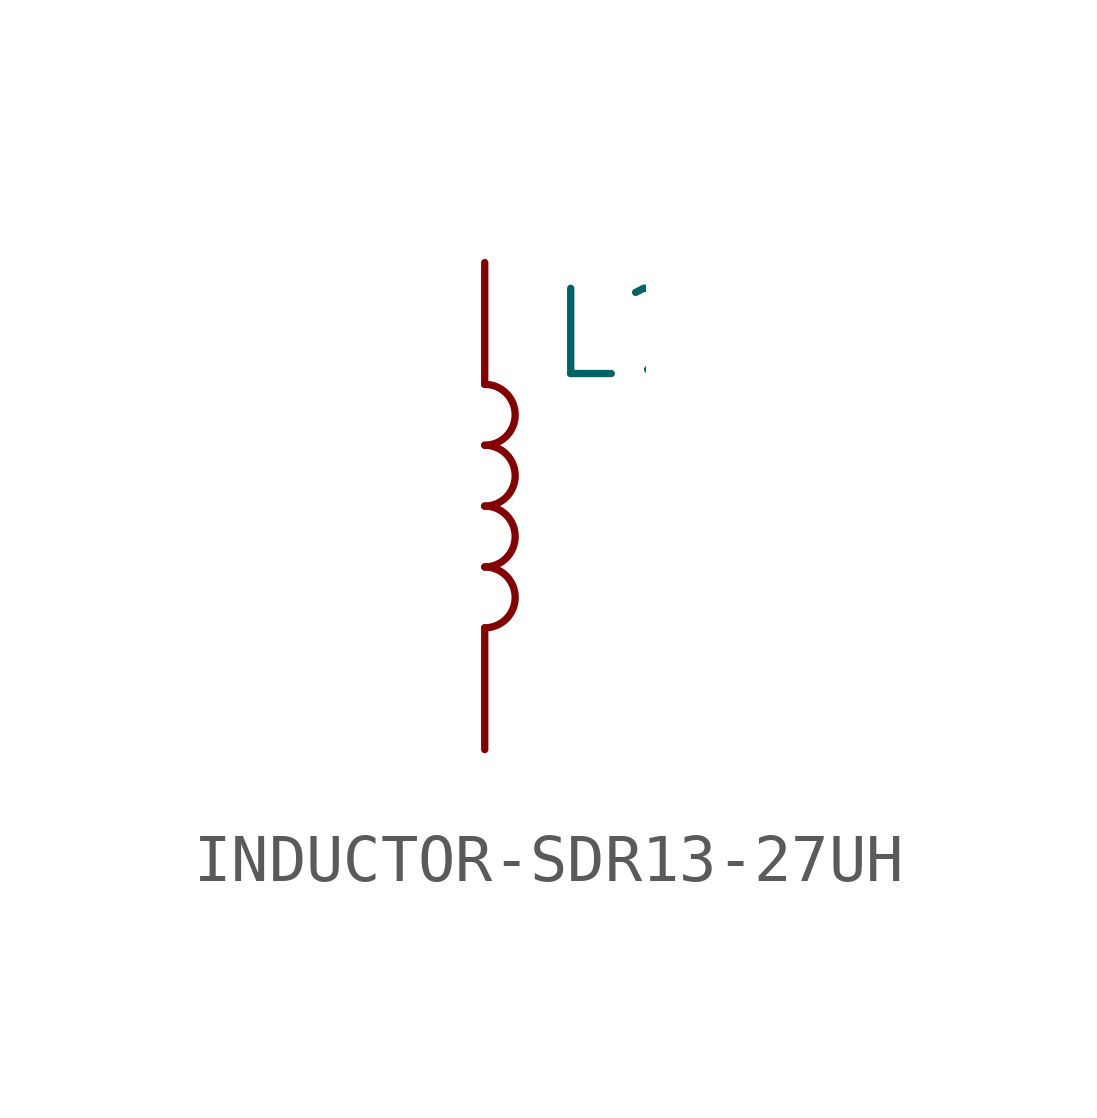
<source format=kicad_sym>
(kicad_symbol_lib
  (version 20231120)
  (generator "kicad_symbol_editor")
  (generator_version "8.0")
  (symbol "INDUCTOR-SDR13-27UH"
    (property "Reference" "L"
      (at 1.27 2.54 0)
      (effects (font (size 1.778 1.778)) (justify left bottom)))
    (property "Value" ""
      (at 1.27 -2.54 0)
      (effects (font (size 1.778 1.778)) (justify left top)))
    (property "ki_locked" ""
      (at 0 0 0)
      (effects (font (size 1.27 1.27))))
    (symbol "INDUCTOR-SDR13-27UH_1_0"
      (arc (start 0 -2.54) (mid 0.635 -1.905) (end 0 -1.27) (stroke (width 0.1524) (type solid)) (fill (type none)))
      (arc (start 0 -1.27) (mid 0.635 -0.635) (end 0 0) (stroke (width 0.1524) (type solid)) (fill (type none)))
      (arc (start 0 0) (mid 0.635 0.635) (end 0 1.27) (stroke (width 0.1524) (type solid)) (fill (type none)))
      (arc (start 0 1.27) (mid 0.635 1.905) (end 0 2.54) (stroke (width 0.1524) (type solid)) (fill (type none)))
      (pin passive line (at 0 5.08 270) (length 2.54) (name "1" (effects (font (size 0 0)))) (number "P$1" (effects (font (size 0 0)))))
      (pin passive line (at 0 -5.08 90) (length 2.54) (name "2" (effects (font (size 0 0)))) (number "P$2" (effects (font (size 0 0))))))))
</source>
